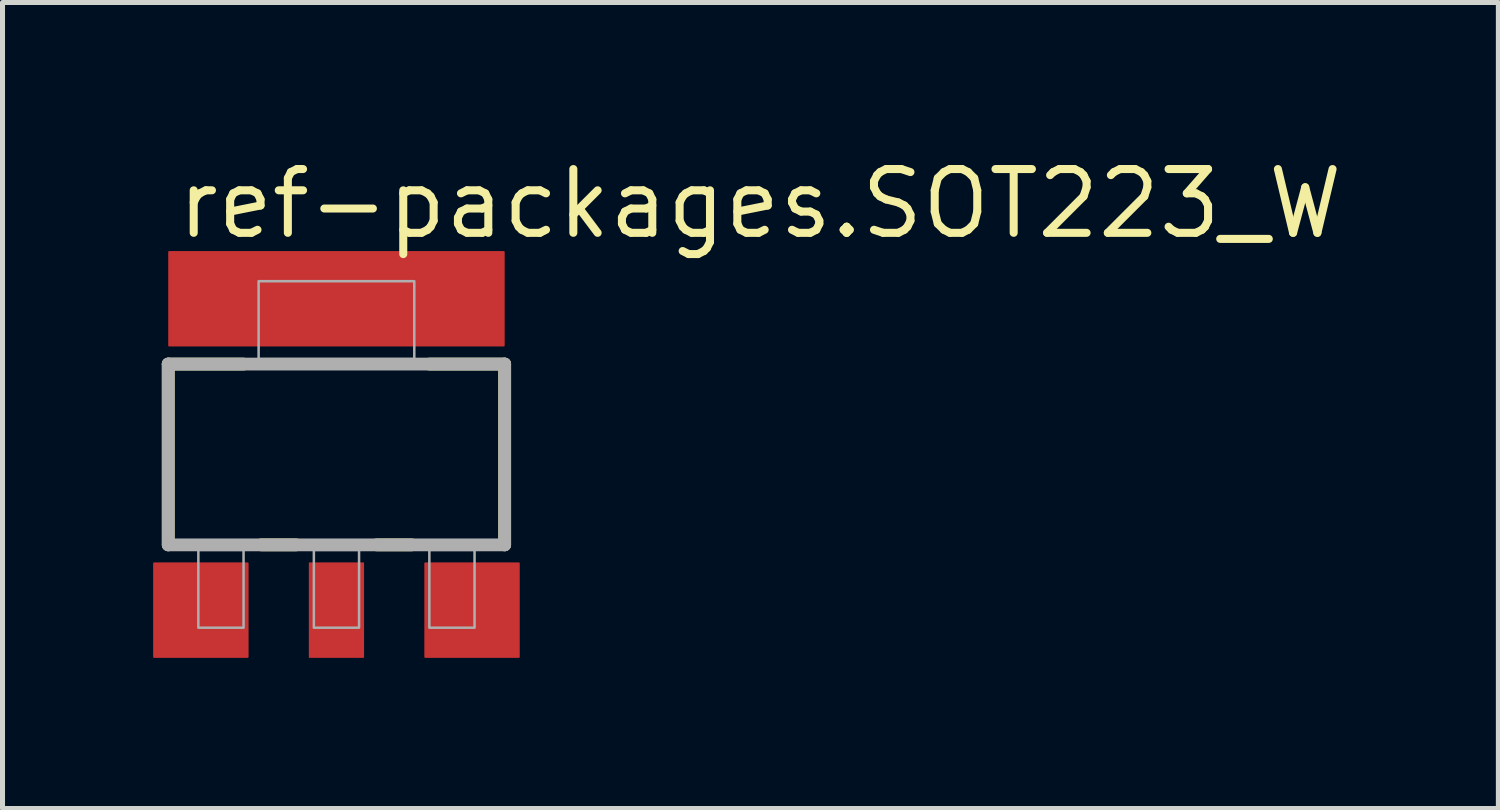
<source format=kicad_pcb>
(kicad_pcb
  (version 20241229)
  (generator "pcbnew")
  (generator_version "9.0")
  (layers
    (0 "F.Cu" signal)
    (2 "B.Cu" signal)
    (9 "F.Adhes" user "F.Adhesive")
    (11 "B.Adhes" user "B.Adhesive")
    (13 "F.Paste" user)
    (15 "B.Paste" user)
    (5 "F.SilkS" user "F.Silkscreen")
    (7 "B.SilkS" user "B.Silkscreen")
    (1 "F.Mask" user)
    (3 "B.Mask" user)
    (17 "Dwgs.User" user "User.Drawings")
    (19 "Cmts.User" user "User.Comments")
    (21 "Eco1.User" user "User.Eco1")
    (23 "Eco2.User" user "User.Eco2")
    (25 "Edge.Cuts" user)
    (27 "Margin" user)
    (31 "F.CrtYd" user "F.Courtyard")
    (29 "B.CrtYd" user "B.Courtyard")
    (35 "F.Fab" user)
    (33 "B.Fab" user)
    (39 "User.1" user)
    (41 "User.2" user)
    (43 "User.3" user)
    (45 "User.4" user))
  (footprint "ref-packages.SOT223_W"
    (layer "F.Cu")
    (at 3.65 6)
    (property "Reference" "ref-packages.SOT223_W" (at -3.25 -4.25 0) (layer "F.SilkS") (effects (font (size 1.27 1.27) (thickness 0.16)) (justify left bottom)))
    (attr smd)
    (fp_line (start -3.35 -1.8) (end -1.85 -1.8) (stroke (width 0.254) (type default)) (layer "F.SilkS"))
    (fp_line (start -3.35 1.8) (end -3.35 -1.8) (stroke (width 0.254) (type default)) (layer "F.SilkS"))
    (fp_line (start -1.5 1.8) (end -0.8 1.8) (stroke (width 0.254) (type default)) (layer "F.SilkS"))
    (fp_line (start 0.8 1.8) (end 1.5 1.8) (stroke (width 0.254) (type default)) (layer "F.SilkS"))
    (fp_line (start 3.35 -1.8) (end 1.85 -1.8) (stroke (width 0.254) (type default)) (layer "F.SilkS"))
    (fp_line (start 3.35 1.8) (end 3.35 -1.8) (stroke (width 0.254) (type default)) (layer "F.SilkS"))
    (fp_line (start -3.35 -1.8) (end -3.35 1.8) (stroke (width 0.254) (type default)) (layer "F.Fab"))
    (fp_line (start -3.35 1.8) (end 3.35 1.8) (stroke (width 0.254) (type default)) (layer "F.Fab"))
    (fp_line (start 3.35 -1.8) (end -3.35 -1.8) (stroke (width 0.254) (type default)) (layer "F.Fab"))
    (fp_line (start 3.35 1.8) (end 3.35 -1.8) (stroke (width 0.254) (type default)) (layer "F.Fab"))
    (fp_rect (start -2.75 3.45) (end -1.85 1.9) (stroke (width 0.05) (type default)) (fill no) (layer "F.Fab"))
    (fp_rect (start -1.55 -1.9) (end 1.55 -3.45) (stroke (width 0.05) (type default)) (fill no) (layer "F.Fab"))
    (fp_rect (start -0.45 3.45) (end 0.45 1.9) (stroke (width 0.05) (type default)) (fill no) (layer "F.Fab"))
    (fp_rect (start 1.85 3.45) (end 2.75 1.9) (stroke (width 0.05) (type default)) (fill no) (layer "F.Fab"))
    (pad "1" smd roundrect (at -2.7 3.1) (size 1.9 1.9) (layers "F.Cu" "F.Mask" "F.Paste") (roundrect_rratio 0.01))
    (pad "2" smd roundrect (at 0 3.1) (size 1.1 1.9) (layers "F.Cu" "F.Mask" "F.Paste") (roundrect_rratio 0.01))
    (pad "3" smd roundrect (at 2.7 3.1) (size 1.9 1.9) (layers "F.Cu" "F.Mask" "F.Paste") (roundrect_rratio 0.01))
    (pad "4" smd roundrect (at 0 -3.1) (size 6.7 1.9) (layers "F.Cu" "F.Mask" "F.Paste") (roundrect_rratio 0.01)))
  (gr_rect
    (start -3 -3)
    (end 26.788 13.05)
    (stroke (width 0.1) (type default))
    (fill no)
    (layer "Edge.Cuts")))
</source>
